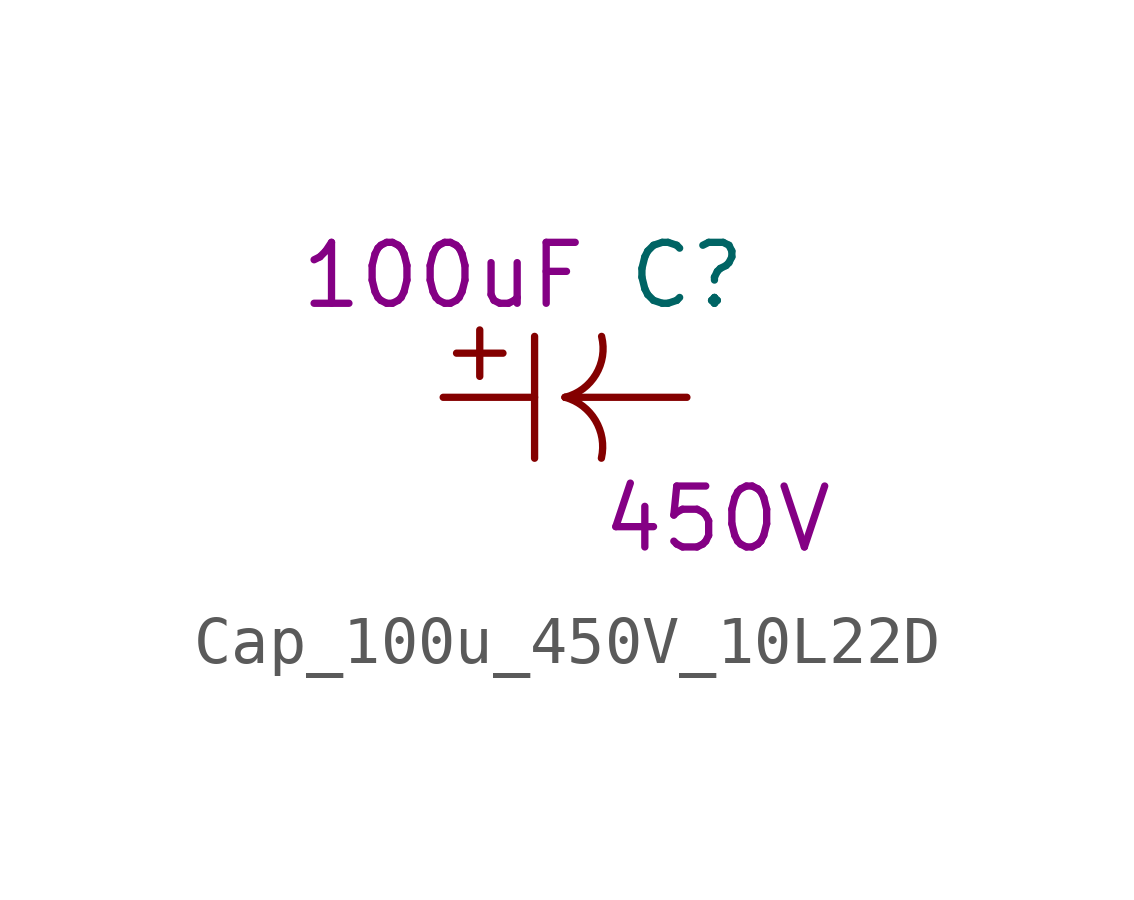
<source format=kicad_sym>
(kicad_symbol_lib
  (version 20211014)
  (generator kicad_symbol_editor)
  (symbol "Cap_100u_450V_10L22D"
    (pin_numbers hide)
    (pin_names
      (offset 0) hide)
    (property "Reference" "C"
      (at 5.08 2.54 0)
      (effects (font (size 1.27 1.27))))
    (property "Voltage" "450V"
      (at 5.715 -2.54 0)
      (effects (font (size 1.27 1.27))))
    (property "Property" "100uF"
      (at 0 2.54 0)
      (effects (font (size 1.27 1.27))))
    (symbol "Cap_100u_450V_10L22D_0_0"
      (text "+" (at 0.762 1.016 0) (effects (font (size 1.27 1.27)))))
    (symbol "Cap_100u_450V_10L22D_0_1"
      (polyline (pts (xy 1.905 1.27) (xy 1.905 -1.27)) (stroke (width 0) (type default) (color 0 0 0 0)) (fill (type none)))
      (arc (start 2.54 0) (mid 4.4566 -0.2864) (end 3.302 1.27) (stroke (width 0) (type default) (color 0 0 0 0)) (fill (type none)))
      (arc (start 3.302 -1.27) (mid 4.4971 0.3107) (end 2.54 0) (stroke (width 0) (type default) (color 0 0 0 0)) (fill (type none))))
    (symbol "Cap_100u_450V_10L22D_1_1"
      (pin passive line (at 0 0 0) (length 1.905) (name "~" (effects (font (size 1.27 1.27)))) (number "1" (effects (font (size 1.27 1.27)))))
      (pin passive line (at 5.08 0 180) (length 2.54) (name "~" (effects (font (size 1.27 1.27)))) (number "2" (effects (font (size 1.27 1.27))))))))
</source>
